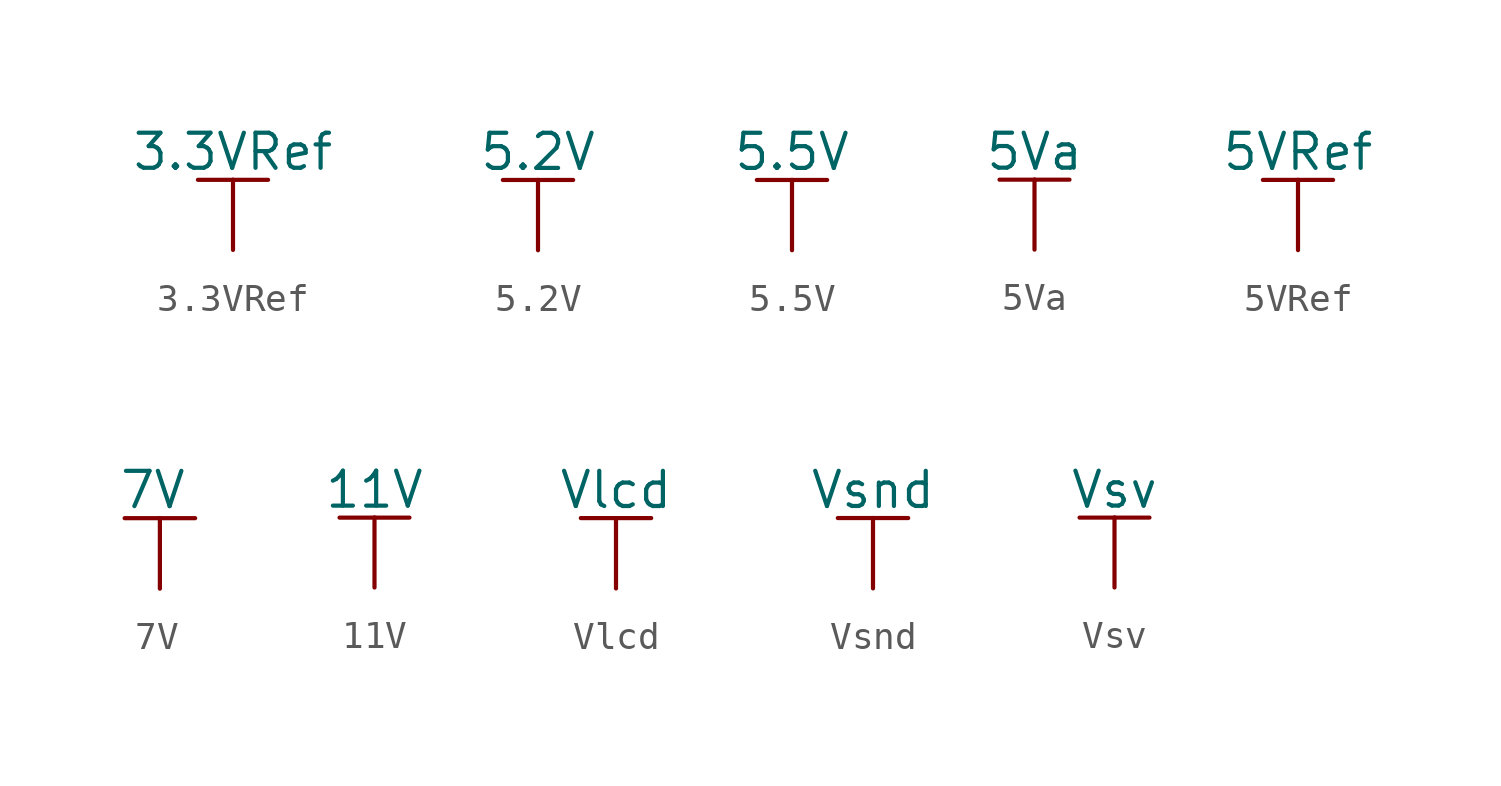
<source format=kicad_sym>
(kicad_symbol_lib
  (version 20231120)
  (generator "kicad_symbol_editor")
  (generator_version "8.0")
  (symbol "3.3VRef"
    (power)
    (pin_names
      (offset 0))
    (property "Reference" "#PWR"
      (at 0 -3.81 0)
      (effects (font (size 1.27 1.27)) (hide yes)))
    (property "Value" "3.3VRef"
      (at 0 3.556 0)
      (effects (font (size 1.27 1.27))))
    (symbol "3.3VRef_0_1"
      (polyline (pts (xy -1.27 2.54) (xy 0 2.54)) (stroke (width 0) (type default)) (fill (type none)))
      (polyline (pts (xy 0 0) (xy 0 2.54)) (stroke (width 0) (type default)) (fill (type none)))
      (polyline (pts (xy 0 2.54) (xy 1.27 2.54)) (stroke (width 0) (type default)) (fill (type none))))
    (symbol "3.3VRef_1_1"
      (pin power_in line (at 0 0 90) (length 0) hide (name "+5VRef" (effects (font (size 1.27 1.27)))) (number "1" (effects (font (size 1.27 1.27)))))))
  (symbol "5.2V"
    (power)
    (pin_names
      (offset 0))
    (property "Reference" "#PWR"
      (at 0 -3.81 0)
      (effects (font (size 1.27 1.27)) (hide yes)))
    (property "Value" "5.2V"
      (at 0 3.556 0)
      (effects (font (size 1.27 1.27))))
    (symbol "5.2V_0_1"
      (polyline (pts (xy -1.27 2.54) (xy 0 2.54)) (stroke (width 0) (type default)) (fill (type none)))
      (polyline (pts (xy 0 0) (xy 0 2.54)) (stroke (width 0) (type default)) (fill (type none)))
      (polyline (pts (xy 0 2.54) (xy 1.27 2.54)) (stroke (width 0) (type default)) (fill (type none))))
    (symbol "5.2V_1_1"
      (pin power_in line (at 0 0 90) (length 0) hide (name "+5.2V" (effects (font (size 1.27 1.27)))) (number "1" (effects (font (size 1.27 1.27)))))))
  (symbol "5.5V"
    (power)
    (pin_names
      (offset 0))
    (property "Reference" "#PWR"
      (at 0 -3.81 0)
      (effects (font (size 1.27 1.27)) (hide yes)))
    (property "Value" "5.5V"
      (at 0 3.556 0)
      (effects (font (size 1.27 1.27))))
    (symbol "5.5V_0_1"
      (polyline (pts (xy -1.27 2.54) (xy 0 2.54)) (stroke (width 0) (type default)) (fill (type none)))
      (polyline (pts (xy 0 0) (xy 0 2.54)) (stroke (width 0) (type default)) (fill (type none)))
      (polyline (pts (xy 0 2.54) (xy 1.27 2.54)) (stroke (width 0) (type default)) (fill (type none))))
    (symbol "5.5V_1_1"
      (pin power_in line (at 0 0 90) (length 0) hide (name "+5.5V" (effects (font (size 1.27 1.27)))) (number "1" (effects (font (size 1.27 1.27)))))))
  (symbol "5Va"
    (power)
    (pin_names
      (offset 0))
    (property "Reference" "#PWR"
      (at 0 -3.81 0)
      (effects (font (size 1.27 1.27)) (hide yes)))
    (property "Value" "5Va"
      (at 0 3.556 0)
      (effects (font (size 1.27 1.27))))
    (symbol "5Va_0_1"
      (polyline (pts (xy -1.27 2.54) (xy 0 2.54)) (stroke (width 0) (type default)) (fill (type none)))
      (polyline (pts (xy 0 0) (xy 0 2.54)) (stroke (width 0) (type default)) (fill (type none)))
      (polyline (pts (xy 0 2.54) (xy 1.27 2.54)) (stroke (width 0) (type default)) (fill (type none))))
    (symbol "5Va_1_1"
      (pin power_in line (at 0 0 90) (length 0) hide (name "+7V" (effects (font (size 1.27 1.27)))) (number "1" (effects (font (size 1.27 1.27)))))))
  (symbol "5VRef"
    (power)
    (pin_names
      (offset 0))
    (property "Reference" "#PWR"
      (at 0 -3.81 0)
      (effects (font (size 1.27 1.27)) (hide yes)))
    (property "Value" "5VRef"
      (at 0 3.556 0)
      (effects (font (size 1.27 1.27))))
    (symbol "5VRef_0_1"
      (polyline (pts (xy -1.27 2.54) (xy 0 2.54)) (stroke (width 0) (type default)) (fill (type none)))
      (polyline (pts (xy 0 0) (xy 0 2.54)) (stroke (width 0) (type default)) (fill (type none)))
      (polyline (pts (xy 0 2.54) (xy 1.27 2.54)) (stroke (width 0) (type default)) (fill (type none))))
    (symbol "5VRef_1_1"
      (pin power_in line (at 0 0 90) (length 0) hide (name "+5VRef" (effects (font (size 1.27 1.27)))) (number "1" (effects (font (size 1.27 1.27)))))))
  (symbol "7V"
    (power)
    (pin_names
      (offset 0))
    (property "Reference" "#PWR"
      (at 0 -3.81 0)
      (effects (font (size 1.27 1.27)) (hide yes)))
    (property "Value" "7V"
      (at -0.254 3.556 0)
      (effects (font (size 1.27 1.27))))
    (symbol "7V_0_1"
      (polyline (pts (xy -1.27 2.54) (xy 0 2.54)) (stroke (width 0) (type default)) (fill (type none)))
      (polyline (pts (xy 0 0) (xy 0 2.54)) (stroke (width 0) (type default)) (fill (type none)))
      (polyline (pts (xy 0 2.54) (xy 1.27 2.54)) (stroke (width 0) (type default)) (fill (type none))))
    (symbol "7V_1_1"
      (pin power_in line (at 0 0 90) (length 0) hide (name "+7V" (effects (font (size 1.27 1.27)))) (number "1" (effects (font (size 1.27 1.27)))))))
  (symbol "11V"
    (power)
    (pin_names
      (offset 0))
    (property "Reference" "#PWR"
      (at 0 -3.81 0)
      (effects (font (size 1.27 1.27)) (hide yes)))
    (property "Value" "11V"
      (at 0 3.556 0)
      (effects (font (size 1.27 1.27))))
    (symbol "11V_0_1"
      (polyline (pts (xy -1.27 2.54) (xy 0 2.54)) (stroke (width 0) (type default)) (fill (type none)))
      (polyline (pts (xy 0 0) (xy 0 2.54)) (stroke (width 0) (type default)) (fill (type none)))
      (polyline (pts (xy 0 2.54) (xy 1.27 2.54)) (stroke (width 0) (type default)) (fill (type none))))
    (symbol "11V_1_1"
      (pin power_in line (at 0 0 90) (length 0) hide (name "+11V" (effects (font (size 1.27 1.27)))) (number "1" (effects (font (size 1.27 1.27)))))))
  (symbol "Vlcd"
    (power)
    (pin_names
      (offset 0))
    (property "Reference" "#PWR"
      (at 0 -3.81 0)
      (effects (font (size 1.27 1.27)) (hide yes)))
    (property "Value" "Vlcd"
      (at 0 3.556 0)
      (effects (font (size 1.27 1.27))))
    (symbol "Vlcd_0_1"
      (polyline (pts (xy -1.27 2.54) (xy 0 2.54)) (stroke (width 0) (type default)) (fill (type none)))
      (polyline (pts (xy 0 0) (xy 0 2.54)) (stroke (width 0) (type default)) (fill (type none)))
      (polyline (pts (xy 0 2.54) (xy 1.27 2.54)) (stroke (width 0) (type default)) (fill (type none))))
    (symbol "Vlcd_1_1"
      (pin power_in line (at 0 0 90) (length 0) hide (name "+5.5V_SND" (effects (font (size 1.27 1.27)))) (number "1" (effects (font (size 1.27 1.27)))))))
  (symbol "Vsnd"
    (power)
    (pin_names
      (offset 0))
    (property "Reference" "#PWR"
      (at 0 -3.81 0)
      (effects (font (size 1.27 1.27)) (hide yes)))
    (property "Value" "Vsnd"
      (at 0 3.556 0)
      (effects (font (size 1.27 1.27))))
    (symbol "Vsnd_0_1"
      (polyline (pts (xy -1.27 2.54) (xy 0 2.54)) (stroke (width 0) (type default)) (fill (type none)))
      (polyline (pts (xy 0 0) (xy 0 2.54)) (stroke (width 0) (type default)) (fill (type none)))
      (polyline (pts (xy 0 2.54) (xy 1.27 2.54)) (stroke (width 0) (type default)) (fill (type none))))
    (symbol "Vsnd_1_1"
      (pin power_in line (at 0 0 90) (length 0) hide (name "+5.5V_SND" (effects (font (size 1.27 1.27)))) (number "1" (effects (font (size 1.27 1.27)))))))
  (symbol "Vsv"
    (power)
    (pin_names
      (offset 0))
    (property "Reference" "#PWR"
      (at 0 -3.81 0)
      (effects (font (size 1.27 1.27)) (hide yes)))
    (property "Value" "Vsv"
      (at 0 3.556 0)
      (effects (font (size 1.27 1.27))))
    (symbol "Vsv_0_1"
      (polyline (pts (xy -1.27 2.54) (xy 0 2.54)) (stroke (width 0) (type default)) (fill (type none)))
      (polyline (pts (xy 0 0) (xy 0 2.54)) (stroke (width 0) (type default)) (fill (type none)))
      (polyline (pts (xy 0 2.54) (xy 1.27 2.54)) (stroke (width 0) (type default)) (fill (type none))))
    (symbol "Vsv_1_1"
      (pin power_in line (at 0 0 90) (length 0) hide (name "+7V" (effects (font (size 1.27 1.27)))) (number "1" (effects (font (size 1.27 1.27))))))))
</source>
